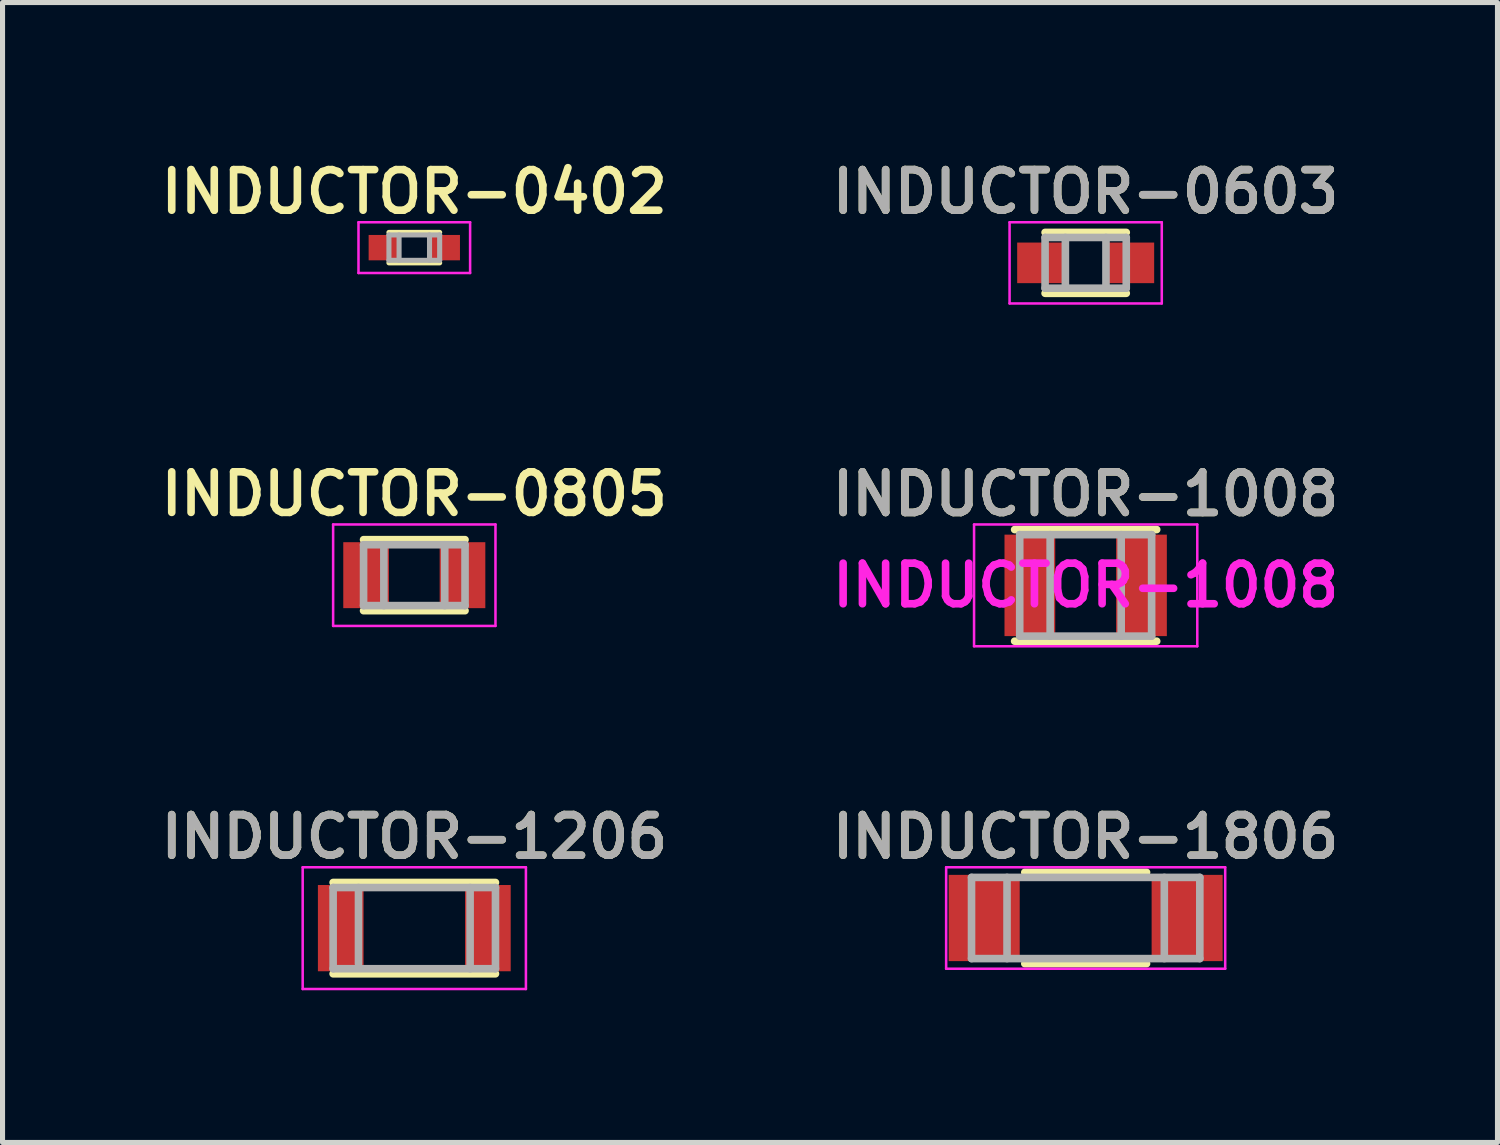
<source format=kicad_pcb>
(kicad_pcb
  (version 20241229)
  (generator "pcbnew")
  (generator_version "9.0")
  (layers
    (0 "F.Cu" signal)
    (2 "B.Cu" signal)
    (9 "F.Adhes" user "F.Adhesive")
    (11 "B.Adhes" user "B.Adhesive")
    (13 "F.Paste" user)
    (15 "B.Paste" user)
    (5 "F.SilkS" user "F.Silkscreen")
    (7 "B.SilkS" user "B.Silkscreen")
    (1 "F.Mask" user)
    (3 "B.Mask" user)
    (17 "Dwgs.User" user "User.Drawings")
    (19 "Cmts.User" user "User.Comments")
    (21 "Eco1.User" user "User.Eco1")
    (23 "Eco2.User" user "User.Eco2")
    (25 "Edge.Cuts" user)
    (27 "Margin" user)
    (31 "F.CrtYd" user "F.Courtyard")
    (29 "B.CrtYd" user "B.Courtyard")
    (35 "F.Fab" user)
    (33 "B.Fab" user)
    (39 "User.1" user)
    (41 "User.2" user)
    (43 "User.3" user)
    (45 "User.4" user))
  (footprint "INDUCTOR-0603"
    (layer "F.Cu")
    (at 18.349 2.131)
    (property "Reference" "INDUCTOR-0603" (at 0 -1.4 0) (layer "F.SilkS") (effects (font (size 0.8 0.8) (thickness 0.15))))
    (attr smd)
    (fp_line (start -0.8 -0.6) (end 0.8 -0.6) (stroke (width 0.15) (type solid)) (layer "F.SilkS"))
    (fp_line (start -0.8 0.6) (end 0.8 0.6) (stroke (width 0.15) (type solid)) (layer "F.SilkS"))
    (fp_line (start -1.5 -0.8) (end 1.5 -0.8) (stroke (width 0.05) (type solid)) (layer "F.CrtYd"))
    (fp_line (start -1.5 0.8) (end -1.5 -0.8) (stroke (width 0.05) (type solid)) (layer "F.CrtYd"))
    (fp_line (start 1.5 -0.8) (end 1.5 0.8) (stroke (width 0.05) (type solid)) (layer "F.CrtYd"))
    (fp_line (start 1.5 0.8) (end -1.5 0.8) (stroke (width 0.05) (type solid)) (layer "F.CrtYd"))
    (fp_line (start -0.8 -0.5) (end 0.8 -0.5) (stroke (width 0.15) (type solid)) (layer "F.Fab"))
    (fp_line (start -0.8 0.5) (end -0.8 -0.5) (stroke (width 0.15) (type solid)) (layer "F.Fab"))
    (fp_line (start -0.4 -0.5) (end -0.4 0.5) (stroke (width 0.15) (type solid)) (layer "F.Fab"))
    (fp_line (start 0.4 -0.5) (end 0.4 0.5) (stroke (width 0.15) (type solid)) (layer "F.Fab"))
    (fp_line (start 0.8 -0.5) (end 0.8 0.5) (stroke (width 0.15) (type solid)) (layer "F.Fab"))
    (fp_line (start 0.8 0.5) (end -0.8 0.5) (stroke (width 0.15) (type solid)) (layer "F.Fab"))
    (fp_text user "${REFERENCE}" (at 0 -1.4 0) (layer "F.Fab") (effects (font (size 0.8 0.8) (thickness 0.15))))
    (pad "1" smd rect (at -0.9 0) (size 0.9 0.8) (layers "F.Cu" "F.Mask" "F.Paste"))
    (pad "2" smd rect (at 0.9 0) (size 0.9 0.8) (layers "F.Cu" "F.Mask" "F.Paste")))
  (footprint "INDUCTOR-0402"
    (layer "F.Cu")
    (at 5.116 1.831)
    (property "Reference" "INDUCTOR-0402" (at 0 -1.1 0) (layer "F.SilkS") (effects (font (size 0.8 0.8) (thickness 0.15))))
    (attr smd)
    (fp_line (start -0.5 -0.3) (end 0.5 -0.3) (stroke (width 0.1) (type solid)) (layer "F.SilkS"))
    (fp_line (start -0.5 0.3) (end 0.5 0.3) (stroke (width 0.1) (type solid)) (layer "F.SilkS"))
    (fp_line (start -1.1 -0.5) (end 1.1 -0.5) (stroke (width 0.05) (type solid)) (layer "F.CrtYd"))
    (fp_line (start -1.1 0.5) (end -1.1 -0.5) (stroke (width 0.05) (type solid)) (layer "F.CrtYd"))
    (fp_line (start 1.1 -0.5) (end 1.1 0.5) (stroke (width 0.05) (type solid)) (layer "F.CrtYd"))
    (fp_line (start 1.1 0.5) (end -1.1 0.5) (stroke (width 0.05) (type solid)) (layer "F.CrtYd"))
    (fp_line (start -0.5 -0.25) (end 0.5 -0.25) (stroke (width 0.1) (type solid)) (layer "F.Fab"))
    (fp_line (start -0.5 0.25) (end -0.5 -0.25) (stroke (width 0.1) (type solid)) (layer "F.Fab"))
    (fp_line (start -0.3 -0.25) (end -0.3 0.25) (stroke (width 0.1) (type solid)) (layer "F.Fab"))
    (fp_line (start 0.3 -0.25) (end 0.3 0.25) (stroke (width 0.1) (type solid)) (layer "F.Fab"))
    (fp_line (start 0.5 -0.25) (end 0.5 0.25) (stroke (width 0.1) (type solid)) (layer "F.Fab"))
    (fp_line (start 0.5 0.25) (end -0.5 0.25) (stroke (width 0.1) (type solid)) (layer "F.Fab"))
    (pad "1" smd rect (at -0.6 0) (size 0.6 0.5) (layers "F.Cu" "F.Mask" "F.Paste"))
    (pad "2" smd rect (at 0.6 0) (size 0.6 0.5) (layers "F.Cu" "F.Mask" "F.Paste")))
  (footprint "INDUCTOR-1806"
    (layer "F.Cu")
    (at 18.349 15.044)
    (property "Reference" "INDUCTOR-1806" (at 0 -1.6 0) (layer "F.SilkS") (effects (font (size 0.8 0.8) (thickness 0.15))))
    (attr smd)
    (fp_line (start -1.2 -0.9) (end 1.2 -0.9) (stroke (width 0.15) (type solid)) (layer "F.SilkS"))
    (fp_line (start 1.2 0.9) (end -1.2 0.9) (stroke (width 0.15) (type solid)) (layer "F.SilkS"))
    (fp_line (start -2.75 -1) (end -2.75 1) (stroke (width 0.05) (type solid)) (layer "F.CrtYd"))
    (fp_line (start -2.75 -1) (end 2.75 -1) (stroke (width 0.05) (type solid)) (layer "F.CrtYd"))
    (fp_line (start -2.75 1) (end 2.75 1) (stroke (width 0.05) (type solid)) (layer "F.CrtYd"))
    (fp_line (start 2.75 -1) (end 2.75 1) (stroke (width 0.05) (type solid)) (layer "F.CrtYd"))
    (fp_line (start -2.25 -0.8) (end 2.25 -0.8) (stroke (width 0.15) (type solid)) (layer "F.Fab"))
    (fp_line (start -2.25 0.8) (end -2.25 -0.8) (stroke (width 0.15) (type solid)) (layer "F.Fab"))
    (fp_line (start -1.55 -0.8) (end -1.55 0.8) (stroke (width 0.15) (type solid)) (layer "F.Fab"))
    (fp_line (start 1.55 -0.8) (end 1.55 0.8) (stroke (width 0.15) (type solid)) (layer "F.Fab"))
    (fp_line (start 2.25 -0.8) (end 2.25 0.8) (stroke (width 0.15) (type solid)) (layer "F.Fab"))
    (fp_line (start 2.25 0.8) (end -2.25 0.8) (stroke (width 0.15) (type solid)) (layer "F.Fab"))
    (fp_text user "${REFERENCE}" (at 0 -1.6 0) (layer "F.Fab") (effects (font (size 0.8 0.8) (thickness 0.15))))
    (pad "1" smd rect (at -2 0) (size 1.4 1.7) (layers "F.Cu" "F.Mask" "F.Paste"))
    (pad "2" smd rect (at 2 0) (size 1.4 1.7) (layers "F.Cu" "F.Mask" "F.Paste")))
  (footprint "INDUCTOR-1206"
    (layer "F.Cu")
    (at 5.116 15.244)
    (property "Reference" "INDUCTOR-1206" (at 0 -1.8 0) (layer "F.SilkS") (effects (font (size 0.8 0.8) (thickness 0.15))))
    (attr smd)
    (fp_line (start -1.6 -0.9) (end 1.6 -0.9) (stroke (width 0.15) (type solid)) (layer "F.SilkS"))
    (fp_line (start 1.6 0.9) (end -1.6 0.9) (stroke (width 0.15) (type solid)) (layer "F.SilkS"))
    (fp_line (start -2.2 -1.2) (end -2.2 1.2) (stroke (width 0.05) (type solid)) (layer "F.CrtYd"))
    (fp_line (start -2.2 -1.2) (end 2.2 -1.2) (stroke (width 0.05) (type solid)) (layer "F.CrtYd"))
    (fp_line (start -2.2 1.2) (end 2.2 1.2) (stroke (width 0.05) (type solid)) (layer "F.CrtYd"))
    (fp_line (start 2.2 -1.2) (end 2.2 1.2) (stroke (width 0.05) (type solid)) (layer "F.CrtYd"))
    (fp_line (start -1.6 -0.8) (end 1.6 -0.8) (stroke (width 0.15) (type solid)) (layer "F.Fab"))
    (fp_line (start -1.6 0.8) (end -1.6 -0.8) (stroke (width 0.15) (type solid)) (layer "F.Fab"))
    (fp_line (start -1.1 -0.8) (end -1.1 0.7) (stroke (width 0.15) (type solid)) (layer "F.Fab"))
    (fp_line (start 1.1 -0.8) (end 1.1 0.8) (stroke (width 0.15) (type solid)) (layer "F.Fab"))
    (fp_line (start 1.6 -0.8) (end 1.6 0.8) (stroke (width 0.15) (type solid)) (layer "F.Fab"))
    (fp_line (start 1.6 0.8) (end -1.6 0.8) (stroke (width 0.15) (type solid)) (layer "F.Fab"))
    (fp_text user "${REFERENCE}" (at 0 -1.8 0) (layer "F.Fab") (effects (font (size 0.8 0.8) (thickness 0.15))))
    (pad "1" smd rect (at -1.45 0) (size 0.9 1.7) (layers "F.Cu" "F.Mask" "F.Paste"))
    (pad "2" smd rect (at 1.45 0) (size 0.9 1.7) (layers "F.Cu" "F.Mask" "F.Paste")))
  (footprint "INDUCTOR-1008"
    (layer "F.Cu")
    (at 18.349 8.488)
    (property "Reference" "INDUCTOR-1008" (at 0 -1.8 0) (layer "F.SilkS") (effects (font (size 0.8 0.8) (thickness 0.15))))
    (attr smd)
    (fp_line (start -1.4 -1.1) (end 1.4 -1.1) (stroke (width 0.15) (type solid)) (layer "F.SilkS"))
    (fp_line (start 1.4 1.1) (end -1.4 1.1) (stroke (width 0.15) (type solid)) (layer "F.SilkS"))
    (fp_line (start -2.2 -1.2) (end -2.2 1.2) (stroke (width 0.05) (type solid)) (layer "F.CrtYd"))
    (fp_line (start -2.2 -1.2) (end 2.2 -1.2) (stroke (width 0.05) (type solid)) (layer "F.CrtYd"))
    (fp_line (start -2.2 1.2) (end 2.2 1.2) (stroke (width 0.05) (type solid)) (layer "F.CrtYd"))
    (fp_line (start 2.2 -1.2) (end 2.2 1.2) (stroke (width 0.05) (type solid)) (layer "F.CrtYd"))
    (fp_line (start -1.3 -1) (end 1.3 -1) (stroke (width 0.15) (type solid)) (layer "F.Fab"))
    (fp_line (start -1.3 1) (end -1.3 -1) (stroke (width 0.15) (type solid)) (layer "F.Fab"))
    (fp_line (start -0.7 -1) (end -0.7 1) (stroke (width 0.15) (type solid)) (layer "F.Fab"))
    (fp_line (start 0.7 -1) (end 0.7 1) (stroke (width 0.15) (type solid)) (layer "F.Fab"))
    (fp_line (start 1.3 -1) (end 1.3 1) (stroke (width 0.15) (type solid)) (layer "F.Fab"))
    (fp_line (start 1.3 1) (end -1.3 1) (stroke (width 0.15) (type solid)) (layer "F.Fab"))
    (fp_text user "${REFERENCE}" (at 0 0 0) (layer "F.CrtYd") (effects (font (size 0.8 0.8) (thickness 0.15))))
    (fp_text user "${REFERENCE}" (at 0 -1.8 0) (layer "F.Fab") (effects (font (size 0.8 0.8) (thickness 0.15))))
    (pad "1" smd rect (at -1.1 0) (size 1 2) (layers "F.Cu" "F.Mask" "F.Paste"))
    (pad "2" smd rect (at 1.1 0) (size 1 2) (layers "F.Cu" "F.Mask" "F.Paste")))
  (footprint "INDUCTOR-0805"
    (layer "F.Cu")
    (at 5.116 8.287)
    (property "Reference" "INDUCTOR-0805" (at 0 -1.6 0) (layer "F.SilkS") (effects (font (size 0.8 0.8) (thickness 0.15))))
    (attr smd)
    (fp_line (start -1 -0.7) (end 1 -0.7) (stroke (width 0.15) (type solid)) (layer "F.SilkS"))
    (fp_line (start 1 0.7) (end -1 0.7) (stroke (width 0.15) (type solid)) (layer "F.SilkS"))
    (fp_line (start -1.6 -1) (end -1.6 1) (stroke (width 0.05) (type solid)) (layer "F.CrtYd"))
    (fp_line (start -1.6 -1) (end 1.6 -1) (stroke (width 0.05) (type solid)) (layer "F.CrtYd"))
    (fp_line (start -1.6 1) (end 1.6 1) (stroke (width 0.05) (type solid)) (layer "F.CrtYd"))
    (fp_line (start 1.6 -1) (end 1.6 1) (stroke (width 0.05) (type solid)) (layer "F.CrtYd"))
    (fp_line (start -1 -0.6) (end 1 -0.6) (stroke (width 0.15) (type solid)) (layer "F.Fab"))
    (fp_line (start -1 0.6) (end -1 -0.6) (stroke (width 0.15) (type solid)) (layer "F.Fab"))
    (fp_line (start -0.6 -0.6) (end -0.6 0.6) (stroke (width 0.15) (type solid)) (layer "F.Fab"))
    (fp_line (start 0.6 -0.6) (end 0.6 0.6) (stroke (width 0.15) (type solid)) (layer "F.Fab"))
    (fp_line (start 1 -0.6) (end 1 0.6) (stroke (width 0.15) (type solid)) (layer "F.Fab"))
    (fp_line (start 1 0.6) (end -1 0.6) (stroke (width 0.15) (type solid)) (layer "F.Fab"))
    (pad "1" smd rect (at -0.95 0) (size 0.9 1.3) (layers "F.Cu" "F.Mask" "F.Paste"))
    (pad "2" smd rect (at 0.95 0) (size 0.9 1.3) (layers "F.Cu" "F.Mask" "F.Paste")))
  (gr_rect
    (start -3 -3)
    (end 26.466 19.469)
    (stroke (width 0.1) (type default))
    (fill no)
    (layer "Edge.Cuts")))
</source>
